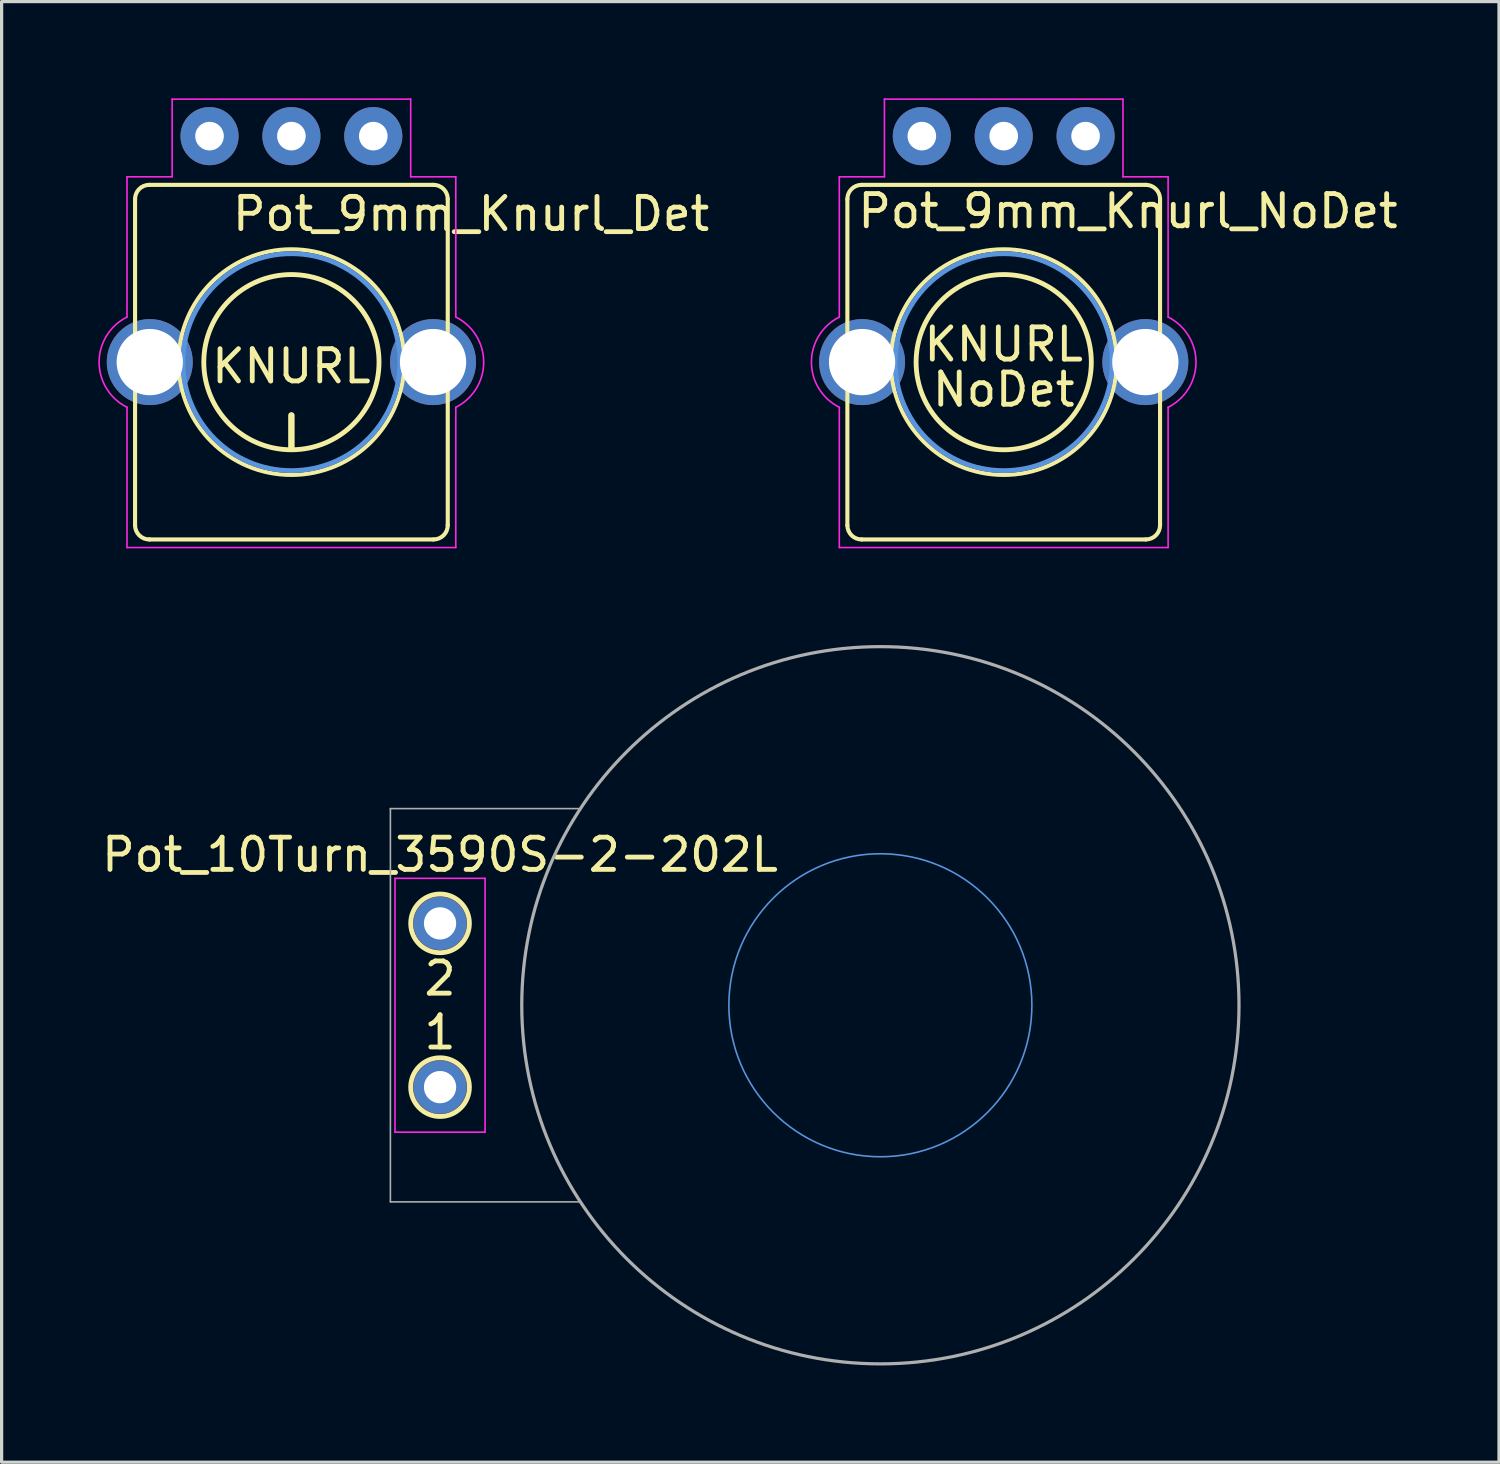
<source format=kicad_pcb>
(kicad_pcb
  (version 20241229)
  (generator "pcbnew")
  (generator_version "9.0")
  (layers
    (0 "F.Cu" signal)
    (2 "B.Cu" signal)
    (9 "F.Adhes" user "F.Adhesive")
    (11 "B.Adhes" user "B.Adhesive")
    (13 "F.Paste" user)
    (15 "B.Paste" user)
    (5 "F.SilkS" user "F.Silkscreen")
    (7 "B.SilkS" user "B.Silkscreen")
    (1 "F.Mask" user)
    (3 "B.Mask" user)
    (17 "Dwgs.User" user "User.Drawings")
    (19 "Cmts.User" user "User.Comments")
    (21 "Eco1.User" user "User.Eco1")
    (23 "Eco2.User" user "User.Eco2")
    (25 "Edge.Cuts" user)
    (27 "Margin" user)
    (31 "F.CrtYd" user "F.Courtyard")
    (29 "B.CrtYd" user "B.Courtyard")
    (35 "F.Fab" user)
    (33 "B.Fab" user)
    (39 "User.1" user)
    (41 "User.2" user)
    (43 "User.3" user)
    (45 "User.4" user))
  (footprint "Pot_9mm_Knurl_NoDet"
    (layer "F.Cu")
    (at 28.087 8.185)
    (property "Reference" "Pot_9mm_Knurl_NoDet" (at -4.6 -4.1 0) (layer "F.SilkS") (effects (font (size 1 1) (thickness 0.15)) (justify left bottom)))
    (attr through_hole)
    (fp_line (start -4.85 -5.06) (end -4.85 5.06) (stroke (width 0.127) (type solid)) (layer "F.SilkS"))
    (fp_line (start -4.41 5.5) (end 4.41 5.5) (stroke (width 0.127) (type solid)) (layer "F.SilkS"))
    (fp_line (start 4.41 -5.5) (end -4.41 -5.5) (stroke (width 0.127) (type solid)) (layer "F.SilkS"))
    (fp_line (start 4.85 5.06) (end 4.85 -5.06) (stroke (width 0.127) (type solid)) (layer "F.SilkS"))
    (fp_arc (start -4.849887 -5.050018) (mid -4.724637 -5.367578) (end -4.41 -5.5) (stroke (width 0.127) (type solid)) (layer "F.SilkS"))
    (fp_arc (start -4.400018 5.499887) (mid -4.717578 5.374637) (end -4.85 5.06) (stroke (width 0.127) (type solid)) (layer "F.SilkS"))
    (fp_arc (start 1.651 -2.159) (mid -1.651 2.159) (end 1.651 -2.159) (stroke (width 0.15) (type solid)) (layer "F.SilkS"))
    (fp_arc (start 4.400018 -5.499887) (mid 4.717578 -5.374637) (end 4.85 -5.06) (stroke (width 0.127) (type solid)) (layer "F.SilkS"))
    (fp_arc (start 4.849887 5.050018) (mid 4.724637 5.367578) (end 4.41 5.5) (stroke (width 0.127) (type solid)) (layer "F.SilkS"))
    (fp_circle (center -0.000163 -0.002) (end -3.5 -0.002) (stroke (width 0.127) (type solid)) (fill no) (layer "F.SilkS"))
    (fp_circle (center 0 0) (end -3.365 0) (stroke (width 0.15) (type solid)) (fill no) (layer "Cmts.User"))
    (fp_line (start -5.1 -5.75) (end -5.1 -1.4) (stroke (width 0.05) (type solid)) (layer "F.CrtYd"))
    (fp_line (start -5.1 1.4) (end -5.1 5.75) (stroke (width 0.05) (type solid)) (layer "F.CrtYd"))
    (fp_line (start -5.1 5.75) (end 5.1 5.75) (stroke (width 0.05) (type solid)) (layer "F.CrtYd"))
    (fp_line (start -3.7 -8.16) (end -3.7 -5.75) (stroke (width 0.05) (type solid)) (layer "F.CrtYd"))
    (fp_line (start -3.7 -5.75) (end -5.1 -5.75) (stroke (width 0.05) (type solid)) (layer "F.CrtYd"))
    (fp_line (start 3.7 -8.16) (end -3.7 -8.16) (stroke (width 0.05) (type solid)) (layer "F.CrtYd"))
    (fp_line (start 3.7 -5.75) (end 3.7 -8.16) (stroke (width 0.05) (type solid)) (layer "F.CrtYd"))
    (fp_line (start 5.1 -5.75) (end 3.7 -5.75) (stroke (width 0.05) (type solid)) (layer "F.CrtYd"))
    (fp_line (start 5.1 -1.4) (end 5.1 -5.75) (stroke (width 0.05) (type solid)) (layer "F.CrtYd"))
    (fp_line (start 5.1 5.75) (end 5.1 1.4) (stroke (width 0.05) (type solid)) (layer "F.CrtYd"))
    (fp_arc (start -5.099264 1.400368) (mid -5.965248 0.000411) (end -5.1 -1.4) (stroke (width 0.05) (type solid)) (layer "F.CrtYd"))
    (fp_arc (start 5.099264 -1.400368) (mid 5.965248 -0.000411) (end 5.1 1.4) (stroke (width 0.05) (type solid)) (layer "F.CrtYd"))
    (fp_text user "KNURL" (at 0 -0.55 180) (layer "F.SilkS") (effects (font (size 1 1) (thickness 0.15))))
    (fp_text user "NoDet" (at 0 0.85 0) (layer "F.SilkS") (effects (font (size 1 1) (thickness 0.15))))
    (pad "1" thru_hole circle (at 2.54 -7.012 270) (size 1.803 1.803) (drill 0.889) (layers "*.Cu" "*.Mask"))
    (pad "2" thru_hole circle (at -0.000163 -7.012 270) (size 1.803 1.803) (drill 0.889) (layers "*.Cu" "*.Mask"))
    (pad "3" thru_hole circle (at -2.54 -7.012 270) (size 1.803 1.803) (drill 0.889) (layers "*.Cu" "*.Mask"))
    (pad "4" thru_hole circle (at 4.394 -0.002) (size 2.667 2.667) (drill 2.057) (layers "*.Cu" "*.Mask"))
    (pad "5" thru_hole circle (at -4.394 -0.002) (size 2.667 2.667) (drill 2.057) (layers "*.Cu" "*.Mask")))
  (footprint "Pot_10Turn_3590S-2-202L"
    (layer "F.Cu")
    (at 24.261 28.135)
    (property "Reference" "Pot_10Turn_3590S-2-202L" (at -13.66 -4.67 0) (layer "F.SilkS") (effects (font (size 1 1) (thickness 0.15))))
    (attr through_hole)
    (fp_circle (center -13.66 -2.54) (end -14.57 -2.54) (stroke (width 0.15) (type solid)) (fill no) (layer "F.SilkS"))
    (fp_circle (center -13.66 2.54) (end -14.57 2.57) (stroke (width 0.15) (type solid)) (fill no) (layer "F.SilkS"))
    (fp_circle (center 0 0) (end 4.7 0) (stroke (width 0.05) (type solid)) (fill no) (layer "Cmts.User"))
    (fp_line (start -15.057 -3.937) (end -12.263 -3.937) (stroke (width 0.05) (type solid)) (layer "F.CrtYd"))
    (fp_line (start -15.057 3.937) (end -15.057 -3.937) (stroke (width 0.05) (type solid)) (layer "F.CrtYd"))
    (fp_line (start -12.263 -3.937) (end -12.263 3.937) (stroke (width 0.05) (type solid)) (layer "F.CrtYd"))
    (fp_line (start -12.263 3.937) (end -15.057 3.937) (stroke (width 0.05) (type solid)) (layer "F.CrtYd"))
    (fp_line (start -15.2 -6.1) (end -15.2 6.1) (stroke (width 0.05) (type solid)) (layer "F.Fab"))
    (fp_line (start -15.2 -6.1) (end -9.31 -6.1) (stroke (width 0.05) (type solid)) (layer "F.Fab"))
    (fp_line (start -9.31 6.1) (end -15.2 6.1) (stroke (width 0.05) (type solid)) (layer "F.Fab"))
    (fp_circle (center 0 0) (end -11.125 0) (stroke (width 0.1) (type solid)) (fill no) (layer "F.Fab"))
    (fp_text user "1" (at -13.66 0.84 0) (layer "F.SilkS") (effects (font (size 1 1) (thickness 0.15))))
    (fp_text user "2" (at -13.66 -0.83 0) (layer "F.SilkS") (effects (font (size 1 1) (thickness 0.15))))
    (pad "1" thru_hole circle (at -13.66 2.54 90) (size 1.651 1.651) (drill 1) (layers "*.Cu" "*.Mask"))
    (pad "2" thru_hole circle (at -13.66 -2.54 90) (size 1.651 1.651) (drill 1) (layers "*.Cu" "*.Mask")))
  (footprint "Pot_9mm_Knurl_Det"
    (layer "F.Cu")
    (at 5.99 8.185)
    (property "Reference" "Pot_9mm_Knurl_Det" (at -1.905 -4.013 0) (layer "F.SilkS") (effects (font (size 1 1) (thickness 0.15)) (justify left bottom)))
    (attr through_hole)
    (fp_line (start -4.85 -5.06) (end -4.85 5.06) (stroke (width 0.127) (type solid)) (layer "F.SilkS"))
    (fp_line (start -4.41 5.5) (end 4.41 5.5) (stroke (width 0.127) (type solid)) (layer "F.SilkS"))
    (fp_line (start 0 2.667) (end 0 1.651) (stroke (width 0.2) (type solid)) (layer "F.SilkS"))
    (fp_line (start 4.41 -5.5) (end -4.41 -5.5) (stroke (width 0.127) (type solid)) (layer "F.SilkS"))
    (fp_line (start 4.85 5.06) (end 4.85 -5.06) (stroke (width 0.127) (type solid)) (layer "F.SilkS"))
    (fp_arc (start -4.849887 -5.050018) (mid -4.724637 -5.367578) (end -4.41 -5.5) (stroke (width 0.127) (type solid)) (layer "F.SilkS"))
    (fp_arc (start -4.400018 5.499887) (mid -4.717578 5.374637) (end -4.85 5.06) (stroke (width 0.127) (type solid)) (layer "F.SilkS"))
    (fp_arc (start 1.651 -2.159) (mid -1.651 2.159) (end 1.651 -2.159) (stroke (width 0.15) (type solid)) (layer "F.SilkS"))
    (fp_arc (start 4.400018 -5.499887) (mid 4.717578 -5.374637) (end 4.85 -5.06) (stroke (width 0.127) (type solid)) (layer "F.SilkS"))
    (fp_arc (start 4.849887 5.050018) (mid 4.724637 5.367578) (end 4.41 5.5) (stroke (width 0.127) (type solid)) (layer "F.SilkS"))
    (fp_circle (center -0.000163 -0.002) (end -3.5 -0.002) (stroke (width 0.127) (type solid)) (fill no) (layer "F.SilkS"))
    (fp_circle (center 0 0) (end -3.365 0) (stroke (width 0.15) (type solid)) (fill no) (layer "Cmts.User"))
    (fp_line (start -5.1 -5.75) (end -3.7 -5.75) (stroke (width 0.05) (type solid)) (layer "F.CrtYd"))
    (fp_line (start -5.1 -1.4) (end -5.1 -5.75) (stroke (width 0.05) (type solid)) (layer "F.CrtYd"))
    (fp_line (start -5.1 5.75) (end -5.1 1.4) (stroke (width 0.05) (type solid)) (layer "F.CrtYd"))
    (fp_line (start -3.7 -8.16) (end 3.7 -8.16) (stroke (width 0.05) (type solid)) (layer "F.CrtYd"))
    (fp_line (start -3.7 -5.75) (end -3.7 -8.16) (stroke (width 0.05) (type solid)) (layer "F.CrtYd"))
    (fp_line (start 3.7 -8.16) (end 3.7 -5.75) (stroke (width 0.05) (type solid)) (layer "F.CrtYd"))
    (fp_line (start 3.7 -5.75) (end 5.1 -5.75) (stroke (width 0.05) (type solid)) (layer "F.CrtYd"))
    (fp_line (start 5.1 -5.75) (end 5.1 -1.4) (stroke (width 0.05) (type solid)) (layer "F.CrtYd"))
    (fp_line (start 5.1 1.4) (end 5.1 5.75) (stroke (width 0.05) (type solid)) (layer "F.CrtYd"))
    (fp_line (start 5.1 5.75) (end -5.1 5.75) (stroke (width 0.05) (type solid)) (layer "F.CrtYd"))
    (fp_arc (start -5.099264 1.400368) (mid -5.965248 0.000411) (end -5.1 -1.4) (stroke (width 0.05) (type solid)) (layer "F.CrtYd"))
    (fp_arc (start 5.099264 -1.400368) (mid 5.965248 -0.000411) (end 5.1 1.4) (stroke (width 0.05) (type solid)) (layer "F.CrtYd"))
    (fp_text user "KNURL" (at 0 0.127 0) (layer "F.SilkS") (effects (font (size 1 1) (thickness 0.15))))
    (pad "1" thru_hole circle (at 2.54 -7.012 270) (size 1.803 1.803) (drill 0.889) (layers "*.Cu" "*.Mask"))
    (pad "2" thru_hole circle (at -0.000163 -7.012 270) (size 1.803 1.803) (drill 0.889) (layers "*.Cu" "*.Mask"))
    (pad "3" thru_hole circle (at -2.54 -7.012 270) (size 1.803 1.803) (drill 0.889) (layers "*.Cu" "*.Mask"))
    (pad "4" thru_hole circle (at 4.394 -0.002) (size 2.667 2.667) (drill 2.057) (layers "*.Cu" "*.Mask"))
    (pad "5" thru_hole circle (at -4.394 -0.002) (size 2.667 2.667) (drill 2.057) (layers "*.Cu" "*.Mask")))
  (gr_rect
    (start -3 -3)
    (end 43.452 42.31)
    (stroke (width 0.1) (type default))
    (fill no)
    (layer "Edge.Cuts")))
</source>
